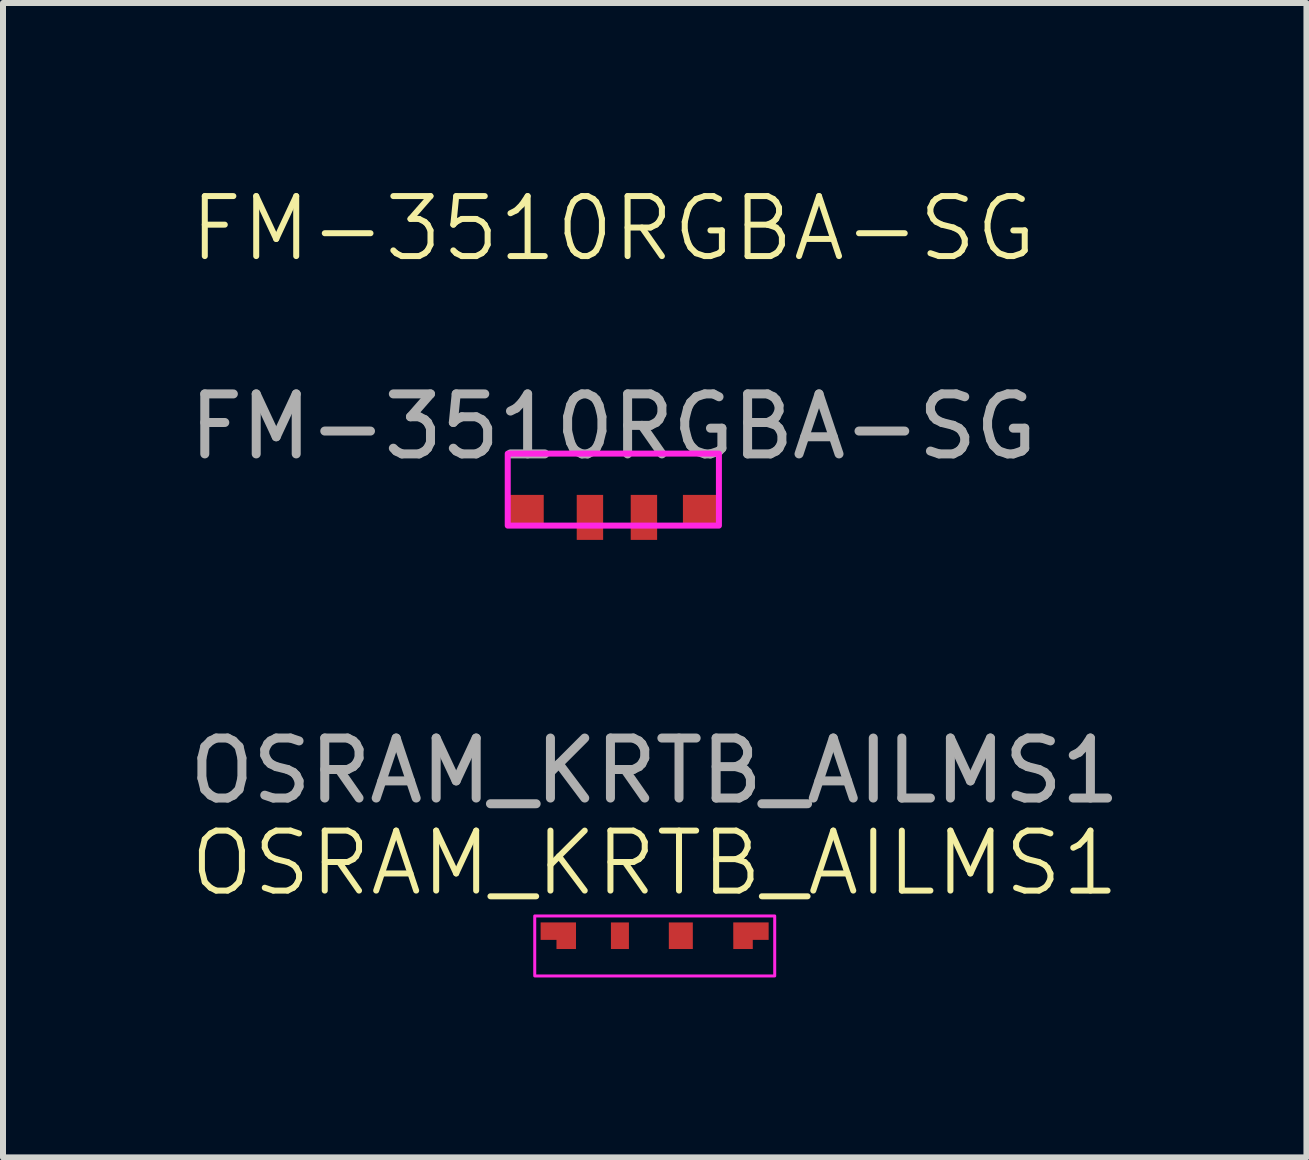
<source format=kicad_pcb>
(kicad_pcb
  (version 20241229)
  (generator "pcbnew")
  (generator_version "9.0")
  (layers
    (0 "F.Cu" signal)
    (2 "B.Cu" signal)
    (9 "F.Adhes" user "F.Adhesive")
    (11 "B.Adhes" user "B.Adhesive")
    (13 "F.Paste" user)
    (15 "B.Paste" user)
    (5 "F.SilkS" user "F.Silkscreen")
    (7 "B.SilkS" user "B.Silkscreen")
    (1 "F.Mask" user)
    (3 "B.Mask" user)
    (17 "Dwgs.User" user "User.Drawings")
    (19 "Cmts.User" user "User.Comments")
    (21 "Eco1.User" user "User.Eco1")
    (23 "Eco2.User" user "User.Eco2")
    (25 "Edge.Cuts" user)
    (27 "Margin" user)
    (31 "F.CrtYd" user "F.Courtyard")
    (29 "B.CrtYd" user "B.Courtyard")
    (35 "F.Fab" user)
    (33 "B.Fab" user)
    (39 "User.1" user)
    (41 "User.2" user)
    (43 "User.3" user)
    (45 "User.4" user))
  (footprint "OSRAM_KRTB_AILMS1"
    (layer "F.Cu")
    (at 7.863 12.547)
    (property "Reference" "OSRAM_KRTB_AILMS1" (at 0 -1.21 0) (unlocked yes) (layer "F.SilkS") (effects (font (size 1 1) (thickness 0.1))))
    (attr smd)
    (fp_rect (start -2 -0.33) (end 2 0.67) (stroke (width 0.05) (type default)) (fill no) (layer "F.CrtYd"))
    (fp_text user "${REFERENCE}" (at 0 -2.75 0) (unlocked yes) (layer "F.Fab") (effects (font (size 1 1) (thickness 0.15))))
    (pad "1" smd custom (at -1.475 0) (size 0.325 0.443) (layers "F.Cu" "F.Mask" "F.Paste") (options (anchor rect)) (primitives (gr_rect (start -0.427 -0.222) (end 0.163 0.069) (width 0) (fill yes))))
    (pad "2" smd rect (at -0.58 0) (size 0.3 0.443) (layers "F.Cu" "F.Mask" "F.Paste"))
    (pad "3" smd custom (at 0.435 0) (size 0.4 0.443) (layers "F.Cu" "F.Mask" "F.Paste") (options (anchor rect)) (primitives))
    (pad "4" smd custom (at 1.472 0) (size 0.325 0.443) (layers "F.Cu" "F.Mask" "F.Paste") (options (anchor rect)) (primitives (gr_rect (start -0.163 -0.222) (end 0.427 0.069) (width 0) (fill yes)))))
  (footprint "FM-3510RGBA-SG"
    (layer "F.Cu")
    (at 7.173 5.511)
    (property "Reference" "FM-3510RGBA-SG" (at 0 -4.75 0) (unlocked yes) (layer "F.SilkS") (effects (font (size 1 1) (thickness 0.1))))
    (attr smd)
    (fp_rect (start -1.76 -1) (end 1.76 0.2) (stroke (width 0.1) (type default)) (fill no) (layer "F.CrtYd"))
    (fp_text user "${REFERENCE}" (at 0 -1.45 0) (unlocked yes) (layer "F.Fab") (effects (font (size 1 1) (thickness 0.15))))
    (pad "1" smd rect (at -1.46 -0.062 180) (size 0.6 0.5) (layers "F.Cu" "F.Mask" "F.Paste"))
    (pad "2" smd rect (at -0.39 0.063 180) (size 0.44 0.75) (layers "F.Cu" "F.Mask" "F.Paste"))
    (pad "3" smd rect (at 0.51 0.063 180) (size 0.44 0.75) (layers "F.Cu" "F.Mask" "F.Paste"))
    (pad "4" smd rect (at 1.46 -0.062 180) (size 0.6 0.5) (layers "F.Cu" "F.Mask" "F.Paste")))
  (gr_rect
    (start -3 -3)
    (end 18.726 16.242)
    (stroke (width 0.1) (type default))
    (fill no)
    (layer "Edge.Cuts")))
</source>
